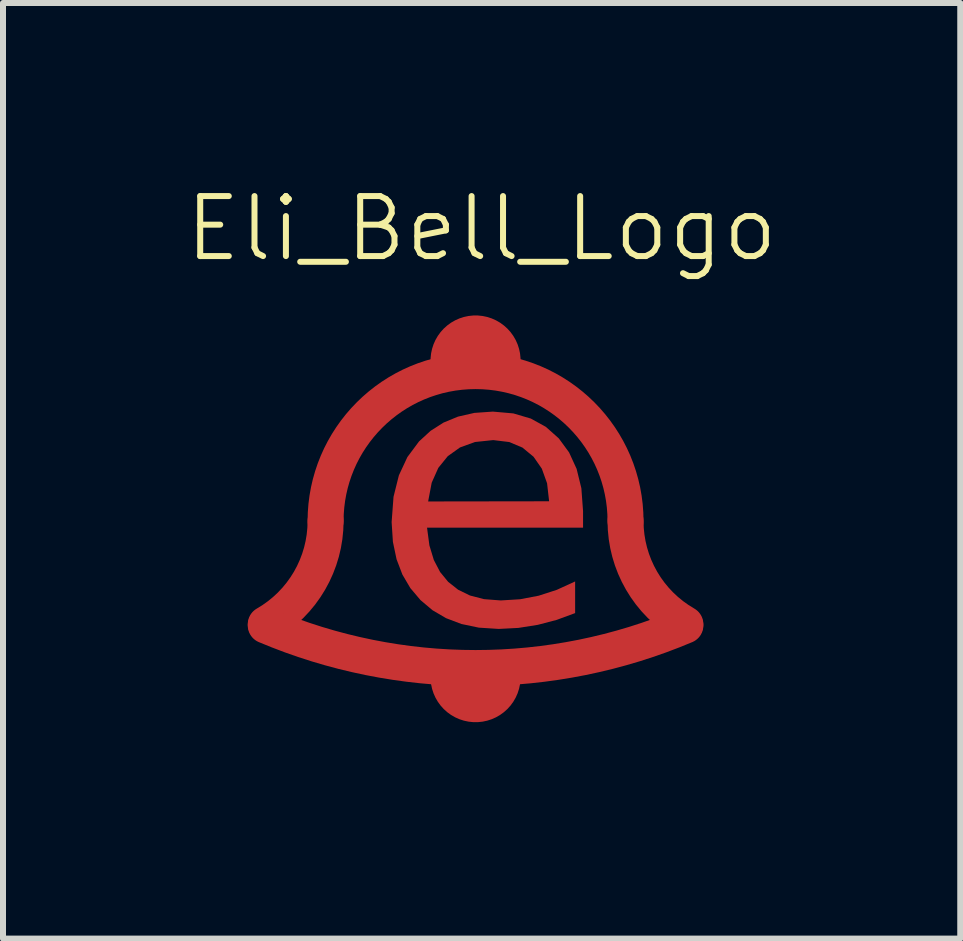
<source format=kicad_pcb>
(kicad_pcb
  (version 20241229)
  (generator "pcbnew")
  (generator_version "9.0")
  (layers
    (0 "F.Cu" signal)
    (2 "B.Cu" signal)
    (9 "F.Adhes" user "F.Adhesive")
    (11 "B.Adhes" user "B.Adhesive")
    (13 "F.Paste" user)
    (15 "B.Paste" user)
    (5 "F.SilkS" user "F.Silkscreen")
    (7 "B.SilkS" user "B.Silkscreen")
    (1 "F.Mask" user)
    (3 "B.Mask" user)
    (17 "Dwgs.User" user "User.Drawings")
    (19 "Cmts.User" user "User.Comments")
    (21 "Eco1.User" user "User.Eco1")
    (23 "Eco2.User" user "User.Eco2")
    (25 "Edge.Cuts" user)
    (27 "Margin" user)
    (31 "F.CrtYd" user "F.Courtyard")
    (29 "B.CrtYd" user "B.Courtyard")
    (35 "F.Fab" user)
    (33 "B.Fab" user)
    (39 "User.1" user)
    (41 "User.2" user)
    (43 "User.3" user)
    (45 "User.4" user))
  (footprint "Eli_Bell_Logo"
    (layer "F.Cu")
    (at 4.956 5.611)
    (property "Reference" "Eli_Bell_Logo" (at 0.022 -4.85 0) (unlocked yes) (layer "F.SilkS") (effects (font (size 1 1) (thickness 0.1))))
    (attr board_only exclude_from_pos_files exclude_from_bom allow_missing_courtyard)
    (fp_arc (start -2.578595 0.025) (mid -2.845921 1.018561) (end -3.575715 1.743839) (stroke (width 0.6) (type solid)) (layer "F.Cu"))
    (fp_arc (start -2.578595 0.025) (mid -0.078595 -2.475) (end 2.421405 0.025) (stroke (width 0.6) (type solid)) (layer "F.Cu"))
    (fp_arc (start 3.418525 1.743839) (mid 2.688732 1.018561) (end 2.421405 0.025) (stroke (width 0.6) (type solid)) (layer "F.Cu"))
    (fp_arc (start 3.418525 1.765891) (mid -0.078595 2.475) (end -3.575715 1.765891) (stroke (width 0.6) (type solid)) (layer "F.Cu"))
    (fp_poly (pts (arc (start 0.671405 -2.652358) (mid -0.078595 -3.402358) (end -0.828595 -2.652358))) (stroke (width 0) (type solid)) (fill yes) (layer "F.Cu"))
    (fp_poly (pts (arc (start 0.671405 2.627358) (mid -0.078595 3.377358) (end -0.828595 2.627358))) (stroke (width 0) (type solid)) (fill yes) (layer "F.Cu"))
    (fp_text user "e" (at -1.825 2.5 0) (unlocked yes) (layer "F.Cu") (effects (font (face "Arial") (size 4.5 4.5) (thickness 0.625)) (justify left bottom)))
    (zone (net_name "") (layer "F.Cu") (hatch edge 0.5) (connect_pads) (min_thickness 0.25) (filled_areas_thickness no) (keepout (tracks not_allowed) (vias not_allowed) (pads not_allowed) (copperpour not_allowed) (footprints allowed)) (placement (enabled no)) (fill) (polygon (pts (xy 1.33 8.241) (xy 1.606 8.356) (xy 2.172 8.552) (xy 2.75 8.71) (xy 3.388 8.839) (xy 3.974 8.958) (xy 4.527 8.948) (xy 5.126 8.948) (xy 5.724 8.908) (xy 6.317 8.828) (xy 6.904 8.71) (xy 7.481 8.552) (xy 8.047 8.356) (xy 8.324 8.241))))
    (zone (net_name "") (layer "F.Cu") (hatch edge 0.5) (connect_pads) (min_thickness 0.25) (filled_areas_thickness no) (keepout (tracks not_allowed) (vias not_allowed) (pads not_allowed) (copperpour not_allowed) (footprints allowed)) (placement (enabled no)) (fill) (polygon (pts (xy 5.577 8.848) (xy 5.574 8.933) (xy 5.537 9.097) (xy 5.464 9.249) (xy 5.359 9.38) (xy 5.227 9.486) (xy 5.075 9.559) (xy 4.911 9.596) (xy 4.743 9.596) (xy 4.578 9.559) (xy 4.426 9.486) (xy 4.295 9.38) (xy 4.19 9.249) (xy 4.117 9.097) (xy 4.079 8.933) (xy 4.077 8.848)))))
  (gr_rect
    (start -3 -3)
    (end 12.957 12.596)
    (stroke (width 0.1) (type default))
    (fill no)
    (layer "Edge.Cuts")))
</source>
